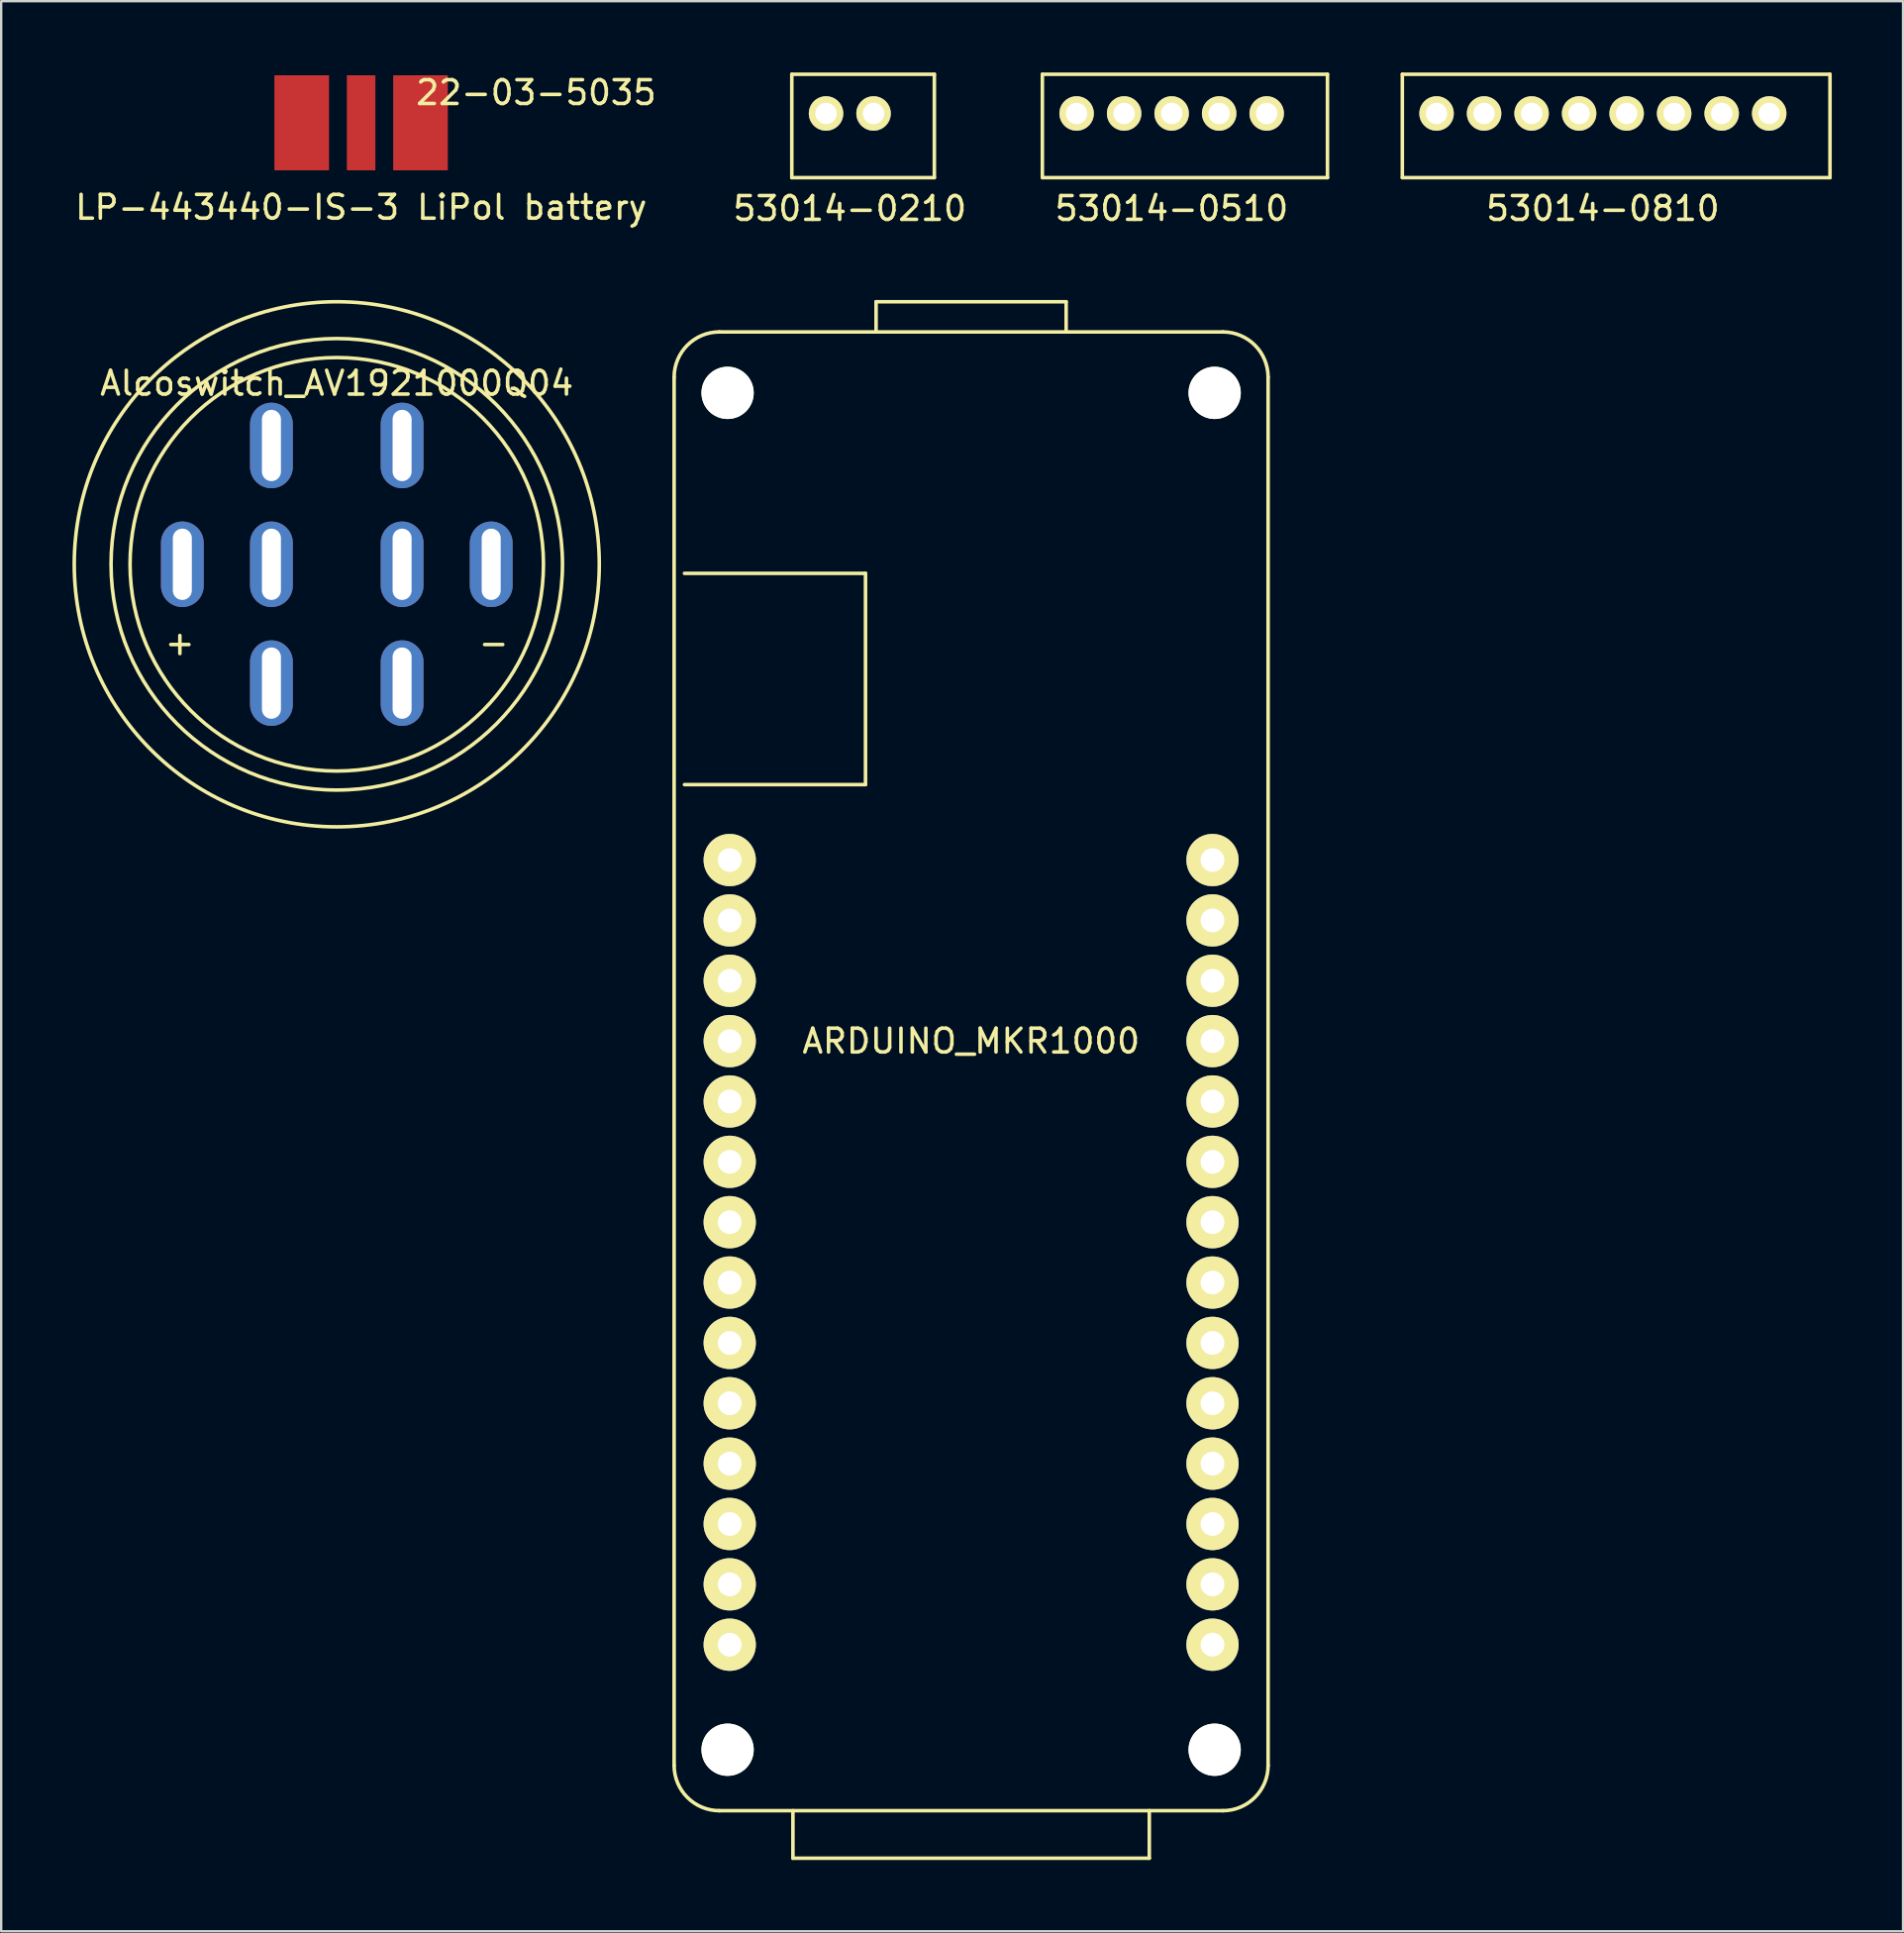
<source format=kicad_pcb>
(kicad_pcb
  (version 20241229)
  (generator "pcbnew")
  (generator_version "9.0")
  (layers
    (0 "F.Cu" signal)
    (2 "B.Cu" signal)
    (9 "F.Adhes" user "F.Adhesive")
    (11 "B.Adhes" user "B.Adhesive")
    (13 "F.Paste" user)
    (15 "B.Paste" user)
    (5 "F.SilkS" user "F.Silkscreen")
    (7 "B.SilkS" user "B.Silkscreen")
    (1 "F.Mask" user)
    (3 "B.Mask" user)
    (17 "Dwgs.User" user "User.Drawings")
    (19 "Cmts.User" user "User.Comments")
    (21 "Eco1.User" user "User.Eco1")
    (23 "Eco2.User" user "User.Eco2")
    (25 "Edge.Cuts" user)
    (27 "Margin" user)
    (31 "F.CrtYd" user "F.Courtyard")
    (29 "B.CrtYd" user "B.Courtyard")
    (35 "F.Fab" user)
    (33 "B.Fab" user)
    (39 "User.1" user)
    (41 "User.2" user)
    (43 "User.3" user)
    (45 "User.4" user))
  (footprint "22-03-5035"
    (layer "F.Cu")
    (at 12.149 1.61)
    (property "Reference" "22-03-5035" (at 7.366 -0.762 0) (layer "F.SilkS") (effects (font (size 1 1) (thickness 0.15))))
    (attr through_hole)
    (fp_text user "LP-443440-IS-3 LiPol battery" (at 0 4.064 0) (layer "F.SilkS") (effects (font (size 1 1) (thickness 0.15))))
    (pad "1" smd rect (at -2.5 0.508) (size 2.3 4) (layers "F.Cu" "F.Mask" "F.Paste"))
    (pad "2" smd rect (at 0 0.508) (size 1.2 4) (layers "F.Cu" "F.Mask" "F.Paste"))
    (pad "3" smd rect (at 2.5 0.508) (size 2.3 4) (layers "F.Cu" "F.Mask" "F.Paste")))
  (footprint "Alcoswitch_AV1921000Q04"
    (layer "F.Cu")
    (at 11.124 20.697)
    (property "Reference" "Alcoswitch_AV1921000Q04" (at 0 -7.62 0) (layer "F.SilkS") (effects (font (size 1 1) (thickness 0.15))))
    (attr through_hole)
    (fp_circle (center 0 0) (end 8.7 0) (stroke (width 0.15) (type solid)) (fill no) (layer "F.SilkS"))
    (fp_circle (center 0 0) (end 9.5 0) (stroke (width 0.15) (type solid)) (fill no) (layer "F.SilkS"))
    (fp_circle (center 0 0) (end 11.049 0) (stroke (width 0.15) (type solid)) (fill no) (layer "F.SilkS"))
    (fp_text user "-" (at 6.604 3.302 0) (layer "F.SilkS") (effects (font (size 1 1) (thickness 0.15))))
    (fp_text user "+" (at -6.604 3.302 0) (layer "F.SilkS") (effects (font (size 1 1) (thickness 0.15))))
    (pad "1" thru_hole oval (at -2.75 5) (size 1.8 3.6) (drill oval 0.8 3) (layers "*.Cu" "*.Mask"))
    (pad "2" thru_hole oval (at -2.75 0) (size 1.8 3.6) (drill oval 0.8 3) (layers "*.Cu" "*.Mask"))
    (pad "3" thru_hole oval (at -2.75 -5) (size 1.8 3.6) (drill oval 0.8 3) (layers "*.Cu" "*.Mask"))
    (pad "4" thru_hole oval (at 2.75 5) (size 1.8 3.6) (drill oval 0.8 3) (layers "*.Cu" "*.Mask"))
    (pad "5" thru_hole oval (at 2.75 0) (size 1.8 3.6) (drill oval 0.8 3) (layers "*.Cu" "*.Mask"))
    (pad "6" thru_hole oval (at 2.75 -5) (size 1.8 3.6) (drill oval 0.8 3) (layers "*.Cu" "*.Mask"))
    (pad "7" thru_hole oval (at -6.5 0) (size 1.8 3.6) (drill oval 0.8 3) (layers "*.Cu" "*.Mask"))
    (pad "8" thru_hole oval (at 6.5 0) (size 1.8 3.6) (drill oval 0.8 3) (layers "*.Cu" "*.Mask")))
  (footprint "53014-0510"
    (layer "F.Cu")
    (at 46.263 1.725)
    (property "Reference" "53014-0510" (at 0 4 0) (layer "F.SilkS") (effects (font (size 1 1) (thickness 0.15))))
    (attr through_hole)
    (fp_line (start -5.441 2.7) (end -5.441 -1.65) (stroke (width 0.15) (type solid)) (layer "F.SilkS"))
    (fp_line (start 6.559 -1.65) (end -5.441 -1.65) (stroke (width 0.15) (type solid)) (layer "F.SilkS"))
    (fp_line (start 6.559 -1.65) (end 6.559 2.7) (stroke (width 0.15) (type solid)) (layer "F.SilkS"))
    (fp_line (start 6.559 2.7) (end -5.441 2.7) (stroke (width 0.15) (type solid)) (layer "F.SilkS"))
    (pad "1" thru_hole circle (at -4 0) (size 1.45 1.45) (drill 0.9) (layers "*.Cu" "*.Mask" "F.SilkS"))
    (pad "2" thru_hole circle (at -2 0) (size 1.45 1.45) (drill 0.9) (layers "*.Cu" "*.Mask" "F.SilkS"))
    (pad "3" thru_hole circle (at 0 0) (size 1.45 1.45) (drill 0.9) (layers "*.Cu" "*.Mask" "F.SilkS"))
    (pad "4" thru_hole circle (at 2 0) (size 1.45 1.45) (drill 0.9) (layers "*.Cu" "*.Mask" "F.SilkS"))
    (pad "5" thru_hole circle (at 4 0) (size 1.45 1.45) (drill 0.9) (layers "*.Cu" "*.Mask" "F.SilkS")))
  (footprint "ARDUINO_MKR1000"
    (layer "F.Cu")
    (at 37.823 42.033)
    (property "Reference" "ARDUINO_MKR1000" (at 0 -1.27 0) (layer "F.SilkS") (effects (font (size 1 1) (thickness 0.15))))
    (attr through_hole)
    (fp_line (start -12.5 -29.21) (end -12.5 29.21) (stroke (width 0.15) (type solid)) (layer "F.SilkS"))
    (fp_line (start -10.595 -31.115) (end 10.595 -31.115) (stroke (width 0.15) (type solid)) (layer "F.SilkS"))
    (fp_line (start -10.595 31.115) (end 10.595 31.115) (stroke (width 0.15) (type solid)) (layer "F.SilkS"))
    (fp_line (start -7.5 33.115) (end -7.5 31.115) (stroke (width 0.15) (type solid)) (layer "F.SilkS"))
    (fp_line (start -7.5 33.115) (end 7.5 33.115) (stroke (width 0.15) (type solid)) (layer "F.SilkS"))
    (fp_line (start -4.445 -20.955) (end -12.065 -20.955) (stroke (width 0.15) (type solid)) (layer "F.SilkS"))
    (fp_line (start -4.445 -20.955) (end -4.445 -12.065) (stroke (width 0.15) (type solid)) (layer "F.SilkS"))
    (fp_line (start -4.445 -12.065) (end -12.065 -12.065) (stroke (width 0.15) (type solid)) (layer "F.SilkS"))
    (fp_line (start -4 -32.385) (end -4 -31.115) (stroke (width 0.15) (type solid)) (layer "F.SilkS"))
    (fp_line (start -4 -32.385) (end 4 -32.385) (stroke (width 0.15) (type solid)) (layer "F.SilkS"))
    (fp_line (start 4 -32.385) (end 4 -31.115) (stroke (width 0.15) (type solid)) (layer "F.SilkS"))
    (fp_line (start 7.5 33.115) (end 7.5 31.115) (stroke (width 0.15) (type solid)) (layer "F.SilkS"))
    (fp_line (start 12.5 -29.21) (end 12.5 29.21) (stroke (width 0.15) (type solid)) (layer "F.SilkS"))
    (fp_arc (start -12.5 -29.21) (mid -11.942038 -30.557038) (end -10.595 -31.115) (stroke (width 0.15) (type solid)) (layer "F.SilkS"))
    (fp_arc (start -10.595 31.115) (mid -11.942038 30.557038) (end -12.5 29.21) (stroke (width 0.15) (type solid)) (layer "F.SilkS"))
    (fp_arc (start 10.595 -31.115) (mid 11.942038 -30.557038) (end 12.5 -29.21) (stroke (width 0.15) (type solid)) (layer "F.SilkS"))
    (fp_arc (start 12.5 29.21) (mid 11.942038 30.557038) (end 10.595 31.115) (stroke (width 0.15) (type solid)) (layer "F.SilkS"))
    (pad "" np_thru_hole circle (at -10.25 -28.55) (size 2.2 2.2) (drill 2.2) (layers "*.Cu" "*.Mask" "F.SilkS"))
    (pad "" np_thru_hole circle (at -10.25 28.55) (size 2.2 2.2) (drill 2.2) (layers "*.Cu" "*.Mask" "F.SilkS"))
    (pad "" np_thru_hole circle (at 10.25 -28.55) (size 2.2 2.2) (drill 2.2) (layers "*.Cu" "*.Mask" "F.SilkS"))
    (pad "" np_thru_hole circle (at 10.25 28.55) (size 2.2 2.2) (drill 2.2) (layers "*.Cu" "*.Mask" "F.SilkS"))
    (pad "1" thru_hole circle (at -10.16 -8.89) (size 2.2 2.2) (drill 1) (layers "*.Cu" "*.Mask" "F.SilkS"))
    (pad "2" thru_hole circle (at -10.16 -6.35) (size 2.2 2.2) (drill 1) (layers "*.Cu" "*.Mask" "F.SilkS"))
    (pad "3" thru_hole circle (at -10.16 -3.81) (size 2.2 2.2) (drill 1) (layers "*.Cu" "*.Mask" "F.SilkS"))
    (pad "4" thru_hole circle (at -10.16 -1.27) (size 2.2 2.2) (drill 1) (layers "*.Cu" "*.Mask" "F.SilkS"))
    (pad "5" thru_hole circle (at -10.16 1.27) (size 2.2 2.2) (drill 1) (layers "*.Cu" "*.Mask" "F.SilkS"))
    (pad "6" thru_hole circle (at -10.16 3.81) (size 2.2 2.2) (drill 1) (layers "*.Cu" "*.Mask" "F.SilkS"))
    (pad "7" thru_hole circle (at -10.16 6.35) (size 2.2 2.2) (drill 1) (layers "*.Cu" "*.Mask" "F.SilkS"))
    (pad "8" thru_hole circle (at -10.16 8.89) (size 2.2 2.2) (drill 1) (layers "*.Cu" "*.Mask" "F.SilkS"))
    (pad "9" thru_hole circle (at -10.16 11.43) (size 2.2 2.2) (drill 1) (layers "*.Cu" "*.Mask" "F.SilkS"))
    (pad "10" thru_hole circle (at -10.16 13.97) (size 2.2 2.2) (drill 1) (layers "*.Cu" "*.Mask" "F.SilkS"))
    (pad "11" thru_hole circle (at -10.16 16.51) (size 2.2 2.2) (drill 1) (layers "*.Cu" "*.Mask" "F.SilkS"))
    (pad "12" thru_hole circle (at -10.16 19.05) (size 2.2 2.2) (drill 1) (layers "*.Cu" "*.Mask" "F.SilkS"))
    (pad "13" thru_hole circle (at -10.16 21.59) (size 2.2 2.2) (drill 1) (layers "*.Cu" "*.Mask" "F.SilkS"))
    (pad "14" thru_hole circle (at -10.16 24.13) (size 2.2 2.2) (drill 1) (layers "*.Cu" "*.Mask" "F.SilkS"))
    (pad "15" thru_hole circle (at 10.16 24.13) (size 2.2 2.2) (drill 1) (layers "*.Cu" "*.Mask" "F.SilkS"))
    (pad "16" thru_hole circle (at 10.16 21.59) (size 2.2 2.2) (drill 1) (layers "*.Cu" "*.Mask" "F.SilkS"))
    (pad "17" thru_hole circle (at 10.16 19.05) (size 2.2 2.2) (drill 1) (layers "*.Cu" "*.Mask" "F.SilkS"))
    (pad "18" thru_hole circle (at 10.16 16.51) (size 2.2 2.2) (drill 1) (layers "*.Cu" "*.Mask" "F.SilkS"))
    (pad "19" thru_hole circle (at 10.16 13.97) (size 2.2 2.2) (drill 1) (layers "*.Cu" "*.Mask" "F.SilkS"))
    (pad "20" thru_hole circle (at 10.16 11.43) (size 2.2 2.2) (drill 1) (layers "*.Cu" "*.Mask" "F.SilkS"))
    (pad "21" thru_hole circle (at 10.16 8.89) (size 2.2 2.2) (drill 1) (layers "*.Cu" "*.Mask" "F.SilkS"))
    (pad "22" thru_hole circle (at 10.16 6.35) (size 2.2 2.2) (drill 1) (layers "*.Cu" "*.Mask" "F.SilkS"))
    (pad "23" thru_hole circle (at 10.16 3.81) (size 2.2 2.2) (drill 1) (layers "*.Cu" "*.Mask" "F.SilkS"))
    (pad "24" thru_hole circle (at 10.16 1.27) (size 2.2 2.2) (drill 1) (layers "*.Cu" "*.Mask" "F.SilkS"))
    (pad "25" thru_hole circle (at 10.16 -1.27) (size 2.2 2.2) (drill 1) (layers "*.Cu" "*.Mask" "F.SilkS"))
    (pad "26" thru_hole circle (at 10.16 -3.81) (size 2.2 2.2) (drill 1) (layers "*.Cu" "*.Mask" "F.SilkS"))
    (pad "27" thru_hole circle (at 10.16 -6.35) (size 2.2 2.2) (drill 1) (layers "*.Cu" "*.Mask" "F.SilkS"))
    (pad "28" thru_hole circle (at 10.16 -8.89) (size 2.2 2.2) (drill 1) (layers "*.Cu" "*.Mask" "F.SilkS")))
  (footprint "53014-0810"
    (layer "F.Cu")
    (at 64.413 1.725)
    (property "Reference" "53014-0810" (at 0 4 0) (layer "F.SilkS") (effects (font (size 1 1) (thickness 0.15))))
    (attr through_hole)
    (fp_line (start -8.441 2.7) (end -8.441 -1.65) (stroke (width 0.15) (type solid)) (layer "F.SilkS"))
    (fp_line (start 9.559 -1.65) (end -8.441 -1.65) (stroke (width 0.15) (type solid)) (layer "F.SilkS"))
    (fp_line (start 9.559 -1.65) (end 9.559 2.7) (stroke (width 0.15) (type solid)) (layer "F.SilkS"))
    (fp_line (start 9.559 2.7) (end -8.441 2.7) (stroke (width 0.15) (type solid)) (layer "F.SilkS"))
    (pad "1" thru_hole circle (at -7 0) (size 1.45 1.45) (drill 0.9) (layers "*.Cu" "*.Mask" "F.SilkS"))
    (pad "2" thru_hole circle (at -5 0) (size 1.45 1.45) (drill 0.9) (layers "*.Cu" "*.Mask" "F.SilkS"))
    (pad "3" thru_hole circle (at -3 0) (size 1.45 1.45) (drill 0.9) (layers "*.Cu" "*.Mask" "F.SilkS"))
    (pad "4" thru_hole circle (at -1 0) (size 1.45 1.45) (drill 0.9) (layers "*.Cu" "*.Mask" "F.SilkS"))
    (pad "5" thru_hole circle (at 1 0) (size 1.45 1.45) (drill 0.9) (layers "*.Cu" "*.Mask" "F.SilkS"))
    (pad "6" thru_hole circle (at 3 0) (size 1.45 1.45) (drill 0.9) (layers "*.Cu" "*.Mask" "F.SilkS"))
    (pad "7" thru_hole circle (at 5 0) (size 1.45 1.45) (drill 0.9) (layers "*.Cu" "*.Mask" "F.SilkS"))
    (pad "8" thru_hole circle (at 7 0) (size 1.45 1.45) (drill 0.9) (layers "*.Cu" "*.Mask" "F.SilkS")))
  (footprint "53014-0210"
    (layer "F.Cu")
    (at 32.717 1.725)
    (property "Reference" "53014-0210" (at 0 4 0) (layer "F.SilkS") (effects (font (size 1 1) (thickness 0.15))))
    (attr through_hole)
    (fp_line (start -2.441 -1.65) (end 3.559 -1.65) (stroke (width 0.15) (type solid)) (layer "F.SilkS"))
    (fp_line (start -2.441 2.7) (end -2.441 -1.65) (stroke (width 0.15) (type solid)) (layer "F.SilkS"))
    (fp_line (start -2.441 2.7) (end 3.559 2.7) (stroke (width 0.15) (type solid)) (layer "F.SilkS"))
    (fp_line (start 3.559 -1.65) (end 3.559 2.7) (stroke (width 0.15) (type solid)) (layer "F.SilkS"))
    (pad "1" thru_hole circle (at -1 0) (size 1.45 1.45) (drill 0.9) (layers "*.Cu" "*.Mask" "F.SilkS"))
    (pad "2" thru_hole circle (at 1 0) (size 1.45 1.45) (drill 0.9) (layers "*.Cu" "*.Mask" "F.SilkS")))
  (gr_rect
    (start -3 -3)
    (end 77.047 78.223)
    (stroke (width 0.1) (type default))
    (fill no)
    (layer "Edge.Cuts")))
</source>
